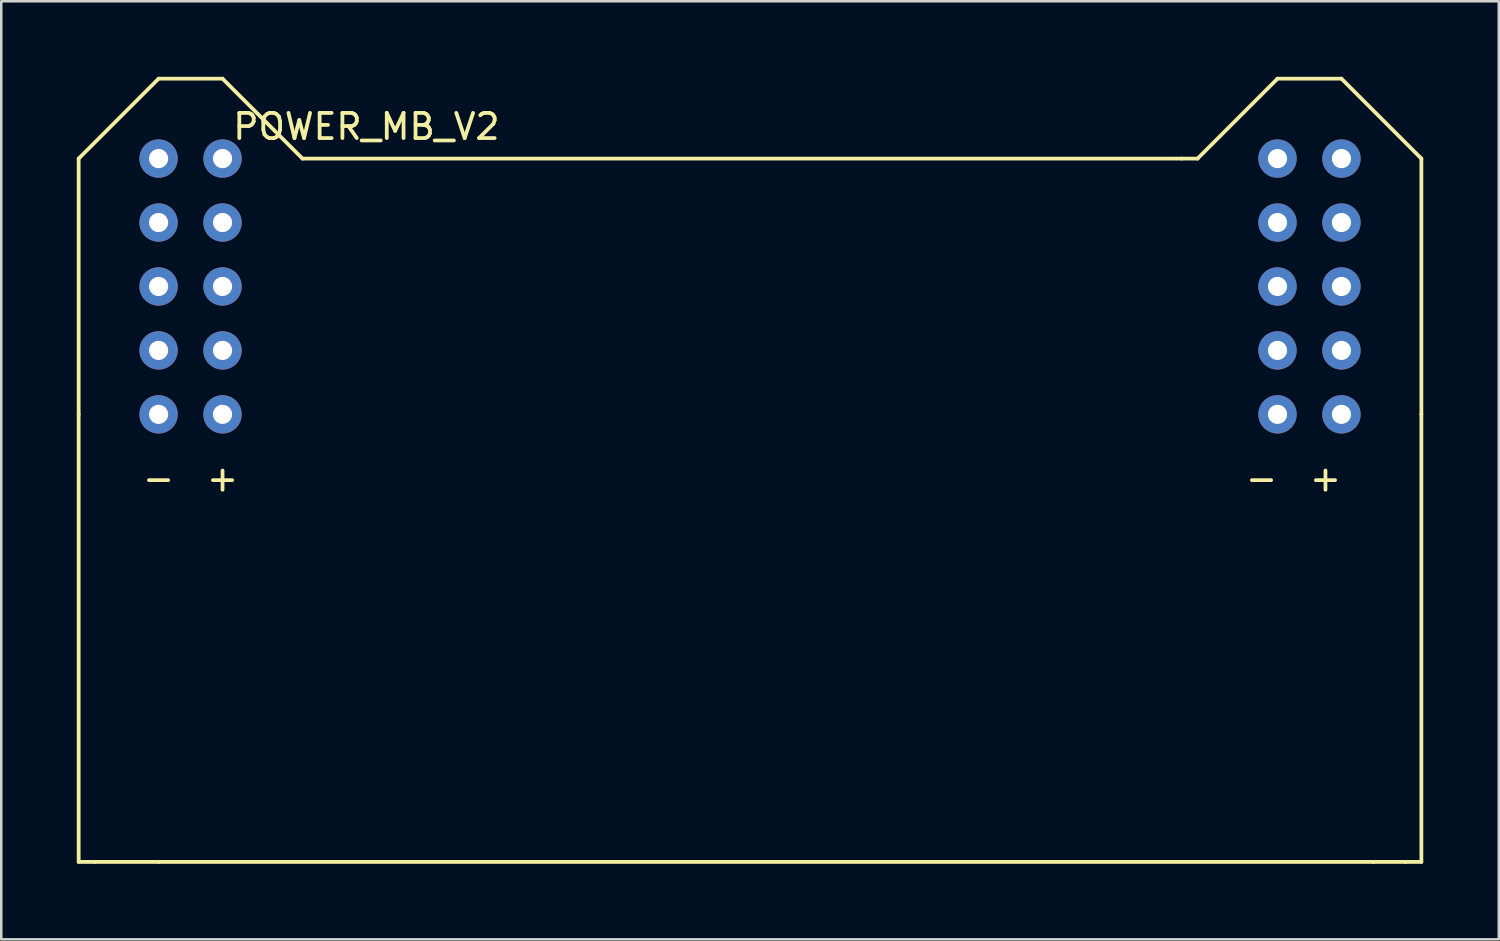
<source format=kicad_pcb>
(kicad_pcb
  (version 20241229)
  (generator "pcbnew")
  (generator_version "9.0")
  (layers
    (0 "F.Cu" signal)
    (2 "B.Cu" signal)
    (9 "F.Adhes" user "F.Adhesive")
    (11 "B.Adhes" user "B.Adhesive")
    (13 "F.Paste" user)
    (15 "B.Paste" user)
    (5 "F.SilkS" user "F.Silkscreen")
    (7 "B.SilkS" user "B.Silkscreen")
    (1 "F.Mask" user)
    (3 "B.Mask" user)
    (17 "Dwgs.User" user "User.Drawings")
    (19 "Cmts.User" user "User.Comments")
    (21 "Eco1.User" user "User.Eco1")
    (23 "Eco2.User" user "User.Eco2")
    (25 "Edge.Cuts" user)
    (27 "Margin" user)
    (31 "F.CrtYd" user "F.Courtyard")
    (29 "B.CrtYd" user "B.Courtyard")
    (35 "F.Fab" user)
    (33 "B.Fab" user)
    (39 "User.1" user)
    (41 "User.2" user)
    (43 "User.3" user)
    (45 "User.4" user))
  (footprint "POWER_MB_V2"
    (layer "F.Cu")
    (at 26.11 8.33)
    (property "Reference" "POWER_MB_V2" (at -14.605 -6.35 0) (layer "F.SilkS") (effects (font (size 1 1) (thickness 0.15))))
    (attr through_hole)
    (fp_line (start -26.035 -5.08) (end -26.035 5.08) (stroke (width 0.15) (type solid)) (layer "F.SilkS"))
    (fp_line (start -26.035 -5.08) (end -22.86 -8.255) (stroke (width 0.15) (type solid)) (layer "F.SilkS"))
    (fp_line (start -26.035 5.08) (end -26.035 22.86) (stroke (width 0.15) (type solid)) (layer "F.SilkS"))
    (fp_line (start -26.035 22.86) (end -25.4 22.86) (stroke (width 0.15) (type solid)) (layer "F.SilkS"))
    (fp_line (start -25.4 22.86) (end -22.86 22.86) (stroke (width 0.15) (type solid)) (layer "F.SilkS"))
    (fp_line (start -22.86 22.86) (end 25.4 22.86) (stroke (width 0.15) (type solid)) (layer "F.SilkS"))
    (fp_line (start -20.32 -8.255) (end -22.86 -8.255) (stroke (width 0.15) (type solid)) (layer "F.SilkS"))
    (fp_line (start -20.32 -8.255) (end -17.145 -5.08) (stroke (width 0.15) (type solid)) (layer "F.SilkS"))
    (fp_line (start -17.145 -5.08) (end 17.78 -5.08) (stroke (width 0.15) (type solid)) (layer "F.SilkS"))
    (fp_line (start 17.78 -5.08) (end 18.415 -5.08) (stroke (width 0.15) (type solid)) (layer "F.SilkS"))
    (fp_line (start 21.59 -8.255) (end 18.415 -5.08) (stroke (width 0.15) (type solid)) (layer "F.SilkS"))
    (fp_line (start 21.59 -8.255) (end 24.13 -8.255) (stroke (width 0.15) (type solid)) (layer "F.SilkS"))
    (fp_line (start 25.4 22.86) (end 26.67 22.86) (stroke (width 0.15) (type solid)) (layer "F.SilkS"))
    (fp_line (start 26.67 22.86) (end 27.305 22.86) (stroke (width 0.15) (type solid)) (layer "F.SilkS"))
    (fp_line (start 27.305 -5.08) (end 24.13 -8.255) (stroke (width 0.15) (type solid)) (layer "F.SilkS"))
    (fp_line (start 27.305 -5.08) (end 27.305 5.08) (stroke (width 0.15) (type solid)) (layer "F.SilkS"))
    (fp_line (start 27.305 5.08) (end 27.305 22.86) (stroke (width 0.15) (type solid)) (layer "F.SilkS"))
    (fp_text user "+" (at -20.32 7.62 0) (layer "F.SilkS") (effects (font (size 1 1) (thickness 0.15))))
    (fp_text user "+" (at 23.495 7.62 0) (layer "F.SilkS") (effects (font (size 1 1) (thickness 0.15))))
    (fp_text user "-" (at 20.955 7.62 0) (layer "F.SilkS") (effects (font (size 1 1) (thickness 0.15))))
    (fp_text user "-" (at -22.86 7.62 0) (layer "F.SilkS") (effects (font (size 1 1) (thickness 0.15))))
    (pad "1" thru_hole circle (at -22.86 -5.08) (size 1.524 1.524) (drill 0.762) (layers "*.Cu" "*.Mask"))
    (pad "2" thru_hole circle (at -20.32 -5.08) (size 1.524 1.524) (drill 0.762) (layers "*.Cu" "*.Mask"))
    (pad "3" thru_hole circle (at -22.86 -2.54) (size 1.524 1.524) (drill 0.762) (layers "*.Cu" "*.Mask"))
    (pad "4" thru_hole circle (at -20.32 -2.54) (size 1.524 1.524) (drill 0.762) (layers "*.Cu" "*.Mask"))
    (pad "5" thru_hole circle (at -22.86 0) (size 1.524 1.524) (drill 0.762) (layers "*.Cu" "*.Mask"))
    (pad "6" thru_hole circle (at -20.32 0) (size 1.524 1.524) (drill 0.762) (layers "*.Cu" "*.Mask"))
    (pad "7" thru_hole circle (at -22.86 2.54) (size 1.524 1.524) (drill 0.762) (layers "*.Cu" "*.Mask"))
    (pad "8" thru_hole circle (at -20.32 2.54) (size 1.524 1.524) (drill 0.762) (layers "*.Cu" "*.Mask"))
    (pad "9" thru_hole circle (at -22.86 5.08) (size 1.524 1.524) (drill 0.762) (layers "*.Cu" "*.Mask"))
    (pad "10" thru_hole circle (at -20.32 5.08) (size 1.524 1.524) (drill 0.762) (layers "*.Cu" "*.Mask"))
    (pad "11" thru_hole circle (at 21.59 -5.08) (size 1.524 1.524) (drill 0.762) (layers "*.Cu" "*.Mask"))
    (pad "12" thru_hole circle (at 24.13 -5.08) (size 1.524 1.524) (drill 0.762) (layers "*.Cu" "*.Mask"))
    (pad "13" thru_hole circle (at 21.59 -2.54) (size 1.524 1.524) (drill 0.762) (layers "*.Cu" "*.Mask"))
    (pad "14" thru_hole circle (at 24.13 -2.54) (size 1.524 1.524) (drill 0.762) (layers "*.Cu" "*.Mask"))
    (pad "15" thru_hole circle (at 21.59 0) (size 1.524 1.524) (drill 0.762) (layers "*.Cu" "*.Mask"))
    (pad "16" thru_hole circle (at 24.13 0) (size 1.524 1.524) (drill 0.762) (layers "*.Cu" "*.Mask"))
    (pad "17" thru_hole circle (at 21.59 2.54) (size 1.524 1.524) (drill 0.762) (layers "*.Cu" "*.Mask"))
    (pad "18" thru_hole circle (at 24.13 2.54) (size 1.524 1.524) (drill 0.762) (layers "*.Cu" "*.Mask"))
    (pad "19" thru_hole circle (at 21.59 5.08) (size 1.524 1.524) (drill 0.762) (layers "*.Cu" "*.Mask"))
    (pad "20" thru_hole circle (at 24.13 5.08) (size 1.524 1.524) (drill 0.762) (layers "*.Cu" "*.Mask")))
  (gr_rect
    (start -3 -3)
    (end 56.49 34.265)
    (stroke (width 0.1) (type default))
    (fill no)
    (layer "Edge.Cuts")))
</source>
